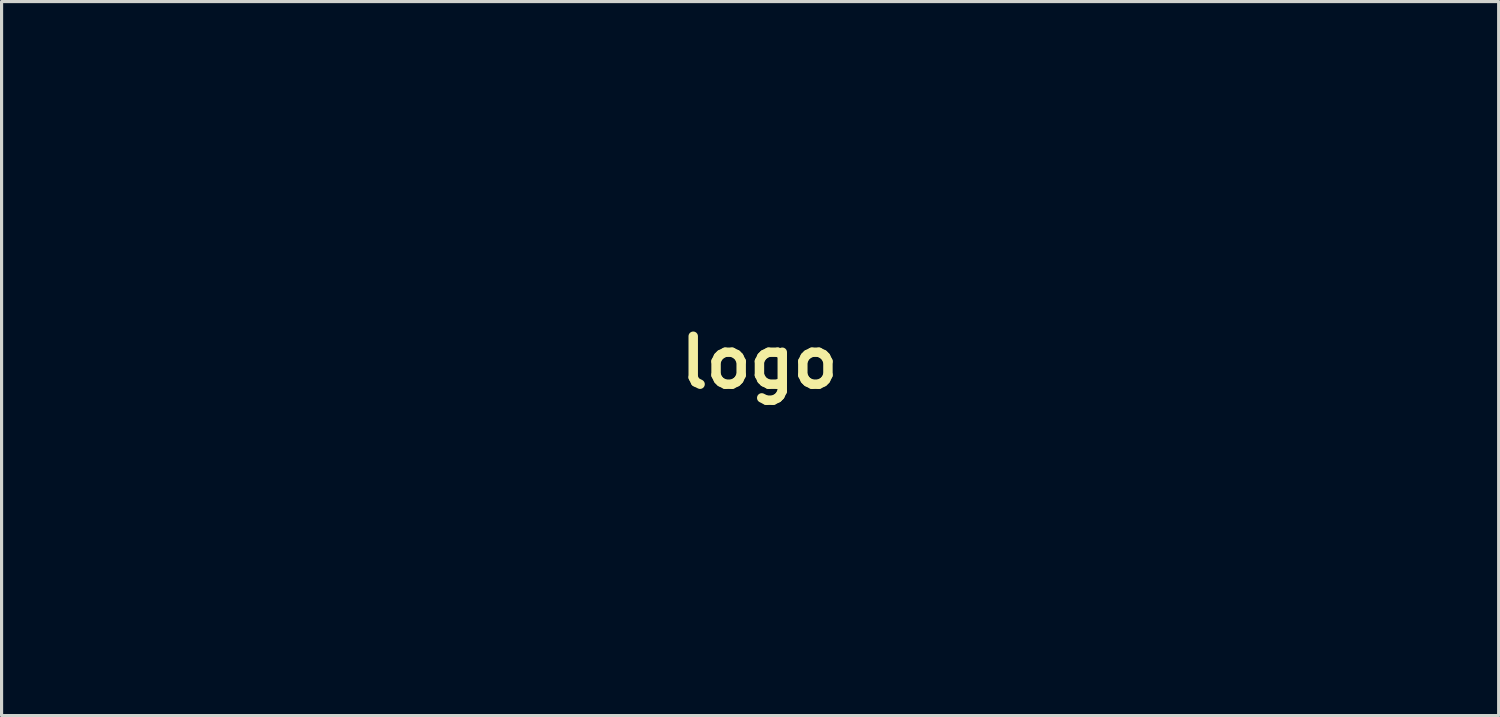
<source format=kicad_pcb>
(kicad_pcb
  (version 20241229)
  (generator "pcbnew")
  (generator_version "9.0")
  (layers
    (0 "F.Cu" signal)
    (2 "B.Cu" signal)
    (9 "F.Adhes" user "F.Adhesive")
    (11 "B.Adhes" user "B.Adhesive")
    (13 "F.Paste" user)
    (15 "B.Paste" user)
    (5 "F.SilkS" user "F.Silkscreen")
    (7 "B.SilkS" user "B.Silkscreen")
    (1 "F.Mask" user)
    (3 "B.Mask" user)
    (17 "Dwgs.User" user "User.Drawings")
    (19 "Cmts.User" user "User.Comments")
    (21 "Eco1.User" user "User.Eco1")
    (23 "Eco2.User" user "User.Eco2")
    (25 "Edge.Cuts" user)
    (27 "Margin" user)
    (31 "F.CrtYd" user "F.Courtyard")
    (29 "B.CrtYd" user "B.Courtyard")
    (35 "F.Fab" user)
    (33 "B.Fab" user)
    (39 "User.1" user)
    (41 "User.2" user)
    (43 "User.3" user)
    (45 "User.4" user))
  (footprint "logo"
    (layer "F.Cu")
    (at 21.088 8.472)
    (property "Reference" "logo" (at 0 0 0) (layer "F.SilkS") (effects (font (size 1.524 1.524) (thickness 0.3))))
    (attr through_hole)
    (fp_poly (pts (xy 11.938 -2.54) (xy 10.753 -2.54) (xy 10.753 -3.895) (xy 11.938 -3.895) (xy 11.938 -2.54)) (stroke (width 0.01) (type solid)) (fill no) (layer "Eco2.User"))
    (fp_poly (pts (xy 20.489 5.334) (xy 19.304 5.334) (xy 19.304 -3.895) (xy 20.489 -3.895) (xy 20.489 5.334)) (stroke (width 0.01) (type solid)) (fill no) (layer "Eco2.User"))
    (fp_poly (pts (xy 11.918 2.011) (xy 11.94 5.334) (xy 10.751 5.334) (xy 10.773 2.011) (xy 10.795 -1.312) (xy 11.896 -1.312) (xy 11.918 2.011)) (stroke (width 0.01) (type solid)) (fill no) (layer "Eco2.User"))
    (fp_poly (pts (xy 17.251 -1.462) (xy 17.526 -1.42) (xy 17.526 -0.87) (xy 17.523 -0.575) (xy 17.504 -0.415) (xy 17.456 -0.356) (xy 17.367 -0.363) (xy 17.335 -0.371) (xy 16.725 -0.473) (xy 16.175 -0.43) (xy 15.699 -0.248) (xy 15.313 0.072) (xy 15.303 0.083) (xy 15.157 0.263) (xy 15.042 0.439) (xy 14.953 0.633) (xy 14.886 0.867) (xy 14.838 1.165) (xy 14.804 1.549) (xy 14.781 2.041) (xy 14.764 2.664) (xy 14.754 3.196) (xy 14.717 5.334) (xy 13.631 5.334) (xy 13.631 -1.355) (xy 14.732 -1.355) (xy 14.732 -0.338) (xy 15.044 -0.683) (xy 15.294 -0.921) (xy 15.572 -1.13) (xy 15.691 -1.2) (xy 16.06 -1.338) (xy 16.508 -1.434) (xy 16.953 -1.476) (xy 17.251 -1.462)) (stroke (width 0.01) (type solid)) (fill no) (layer "Eco2.User"))
    (fp_poly (pts (xy 0.854 -1.323) (xy 1.039 -1.247) (xy 1.468 -0.987) (xy 1.793 -0.634) (xy 2.038 -0.159) (xy 2.125 0.09) (xy 2.173 0.262) (xy 2.211 0.446) (xy 2.24 0.664) (xy 2.26 0.94) (xy 2.273 1.296) (xy 2.281 1.755) (xy 2.285 2.341) (xy 2.286 2.971) (xy 2.286 5.334) (xy 1.197 5.334) (xy 1.17 2.942) (xy 1.162 2.24) (xy 1.153 1.685) (xy 1.141 1.258) (xy 1.127 0.936) (xy 1.106 0.698) (xy 1.079 0.524) (xy 1.043 0.392) (xy 0.997 0.28) (xy 0.957 0.203) (xy 0.722 -0.132) (xy 0.424 -0.346) (xy 0.024 -0.462) (xy -0.17 -0.486) (xy -0.728 -0.459) (xy -1.222 -0.284) (xy -1.633 0.027) (xy -1.94 0.457) (xy -2.11 0.931) (xy -2.135 1.125) (xy -2.158 1.458) (xy -2.176 1.901) (xy -2.19 2.425) (xy -2.198 3) (xy -2.199 3.323) (xy -2.201 5.334) (xy -3.302 5.334) (xy -3.302 -1.355) (xy -2.201 -1.355) (xy -2.201 -0.308) (xy -1.903 -0.657) (xy -1.465 -1.044) (xy -0.935 -1.312) (xy -0.349 -1.452) (xy 0.259 -1.458) (xy 0.854 -1.323)) (stroke (width 0.01) (type solid)) (fill no) (layer "Eco2.User"))
    (fp_poly (pts (xy 9.229 5.334) (xy 8.128 5.334) (xy 8.126 4.445) (xy 7.909 4.72) (xy 7.702 4.93) (xy 7.428 5.143) (xy 7.302 5.224) (xy 7.069 5.344) (xy 6.834 5.418) (xy 6.539 5.46) (xy 6.187 5.479) (xy 5.652 5.475) (xy 5.255 5.421) (xy 5.143 5.387) (xy 4.606 5.099) (xy 4.138 4.666) (xy 3.755 4.104) (xy 3.548 3.653) (xy 3.434 3.241) (xy 3.355 2.72) (xy 3.314 2.151) (xy 3.314 2.069) (xy 4.469 2.069) (xy 4.513 2.661) (xy 4.626 3.215) (xy 4.803 3.695) (xy 5.04 4.065) (xy 5.134 4.159) (xy 5.54 4.411) (xy 6.023 4.552) (xy 6.522 4.57) (xy 6.916 4.482) (xy 7.242 4.29) (xy 7.56 3.984) (xy 7.82 3.616) (xy 7.893 3.471) (xy 8.001 3.12) (xy 8.076 2.659) (xy 8.114 2.142) (xy 8.112 1.627) (xy 8.065 1.17) (xy 8.049 1.087) (xy 7.875 0.56) (xy 7.597 0.103) (xy 7.243 -0.244) (xy 7.109 -0.33) (xy 6.879 -0.44) (xy 6.652 -0.493) (xy 6.359 -0.502) (xy 6.186 -0.494) (xy 5.684 -0.413) (xy 5.291 -0.22) (xy 4.975 0.105) (xy 4.776 0.438) (xy 4.597 0.921) (xy 4.495 1.477) (xy 4.469 2.069) (xy 3.314 2.069) (xy 3.316 1.592) (xy 3.363 1.102) (xy 3.382 0.996) (xy 3.596 0.303) (xy 3.926 -0.308) (xy 4.354 -0.813) (xy 4.864 -1.19) (xy 5.061 -1.289) (xy 5.592 -1.442) (xy 6.166 -1.467) (xy 6.74 -1.374) (xy 7.271 -1.171) (xy 7.716 -0.867) (xy 7.831 -0.752) (xy 8.128 -0.423) (xy 8.128 -3.895) (xy 9.229 -3.895) (xy 9.229 5.334)) (stroke (width 0.01) (type solid)) (fill no) (layer "Eco2.User"))
    (fp_poly (pts (xy -7.073 -1.406) (xy -6.443 -1.238) (xy -5.911 -0.969) (xy -5.498 -0.603) (xy -5.492 -0.596) (xy -5.332 -0.382) (xy -5.204 -0.156) (xy -5.104 0.104) (xy -5.028 0.418) (xy -4.975 0.809) (xy -4.94 1.295) (xy -4.92 1.899) (xy -4.912 2.641) (xy -4.911 3.057) (xy -4.911 5.334) (xy -6.011 5.334) (xy -6.011 4.452) (xy -6.371 4.799) (xy -6.695 5.085) (xy -6.994 5.277) (xy -7.321 5.393) (xy -7.724 5.454) (xy -8.128 5.476) (xy -8.614 5.475) (xy -8.996 5.443) (xy -9.217 5.392) (xy -9.593 5.188) (xy -9.954 4.887) (xy -10.239 4.544) (xy -10.338 4.368) (xy -10.448 3.992) (xy -10.496 3.529) (xy -10.493 3.392) (xy -9.398 3.392) (xy -9.339 3.779) (xy -9.232 4.017) (xy -8.982 4.3) (xy -8.662 4.473) (xy -8.24 4.548) (xy -7.901 4.55) (xy -7.547 4.526) (xy -7.296 4.473) (xy -7.079 4.371) (xy -6.927 4.271) (xy -6.533 3.896) (xy -6.243 3.402) (xy -6.07 2.816) (xy -6.038 2.576) (xy -5.985 2.01) (xy -7.205 2.05) (xy -7.815 2.078) (xy -8.282 2.125) (xy -8.631 2.196) (xy -8.887 2.299) (xy -9.075 2.443) (xy -9.222 2.633) (xy -9.226 2.641) (xy -9.36 2.989) (xy -9.398 3.392) (xy -10.493 3.392) (xy -10.484 3.047) (xy -10.41 2.616) (xy -10.338 2.413) (xy -10.086 2.008) (xy -9.735 1.684) (xy -9.273 1.436) (xy -8.689 1.259) (xy -7.972 1.15) (xy -7.11 1.104) (xy -6.879 1.102) (xy -6.011 1.101) (xy -6.011 0.886) (xy -6.091 0.483) (xy -6.312 0.108) (xy -6.645 -0.205) (xy -7.061 -0.42) (xy -7.081 -0.427) (xy -7.381 -0.482) (xy -7.816 -0.498) (xy -8.162 -0.487) (xy -8.563 -0.456) (xy -8.902 -0.401) (xy -9.238 -0.31) (xy -9.631 -0.166) (xy -9.927 -0.044) (xy -10.01 -0.028) (xy -10.054 -0.089) (xy -10.073 -0.262) (xy -10.075 -0.485) (xy -10.067 -0.761) (xy -10.019 -0.944) (xy -9.902 -1.068) (xy -9.683 -1.163) (xy -9.331 -1.265) (xy -9.328 -1.266) (xy -8.537 -1.424) (xy -7.778 -1.469) (xy -7.073 -1.406)) (stroke (width 0.01) (type solid)) (fill no) (layer "Eco2.User"))
    (fp_poly (pts (xy -15.974 -8.429) (xy -15.846 -8.301) (xy -15.774 -8.059) (xy -15.749 -7.679) (xy -15.748 -7.585) (xy -15.743 -7.285) (xy -15.717 -7.105) (xy -15.651 -6.999) (xy -15.528 -6.918) (xy -15.494 -6.9) (xy -15.287 -6.746) (xy -15.078 -6.518) (xy -15.02 -6.437) (xy -14.884 -6.196) (xy -14.83 -5.968) (xy -14.835 -5.664) (xy -14.835 -5.656) (xy -14.866 -5.376) (xy -14.906 -5.154) (xy -14.93 -5.078) (xy -14.923 -4.992) (xy -14.81 -4.894) (xy -14.567 -4.768) (xy -14.422 -4.703) (xy -13.79 -4.342) (xy -13.208 -3.847) (xy -12.705 -3.252) (xy -12.309 -2.59) (xy -12.056 -1.916) (xy -12.027 -1.725) (xy -12.002 -1.397) (xy -11.98 -0.954) (xy -11.962 -0.416) (xy -11.948 0.194) (xy -11.938 0.857) (xy -11.932 1.55) (xy -11.93 2.252) (xy -11.932 2.942) (xy -11.938 3.598) (xy -11.947 4.2) (xy -11.961 4.725) (xy -11.98 5.154) (xy -12.002 5.463) (xy -12.028 5.633) (xy -12.04 5.656) (xy -12.184 5.71) (xy -12.473 5.745) (xy -12.884 5.757) (xy -13.627 5.757) (xy -13.674 8.17) (xy -14.004 8.197) (xy -14.266 8.187) (xy -14.405 8.113) (xy -14.431 7.99) (xy -14.453 7.733) (xy -14.469 7.378) (xy -14.476 6.96) (xy -14.477 6.879) (xy -14.478 5.757) (xy -17.865 5.757) (xy -17.865 6.851) (xy -17.868 7.274) (xy -17.879 7.643) (xy -17.895 7.921) (xy -17.914 8.071) (xy -17.916 8.079) (xy -18.024 8.16) (xy -18.226 8.208) (xy -18.451 8.217) (xy -18.624 8.178) (xy -18.655 8.156) (xy -18.675 8.055) (xy -18.693 7.818) (xy -18.705 7.475) (xy -18.711 7.061) (xy -18.711 6.929) (xy -18.711 5.757) (xy -21.083 5.757) (xy -21.08 4.998) (xy -19.312 4.998) (xy -14.097 4.953) (xy -14.097 1.82) (xy -14.098 0.928) (xy -14.103 0.187) (xy -14.114 -0.422) (xy -14.134 -0.915) (xy -14.164 -1.311) (xy -14.207 -1.629) (xy -14.264 -1.885) (xy -14.339 -2.1) (xy -14.434 -2.29) (xy -14.55 -2.473) (xy -14.638 -2.598) (xy -14.964 -2.945) (xy -15.368 -3.178) (xy -15.872 -3.306) (xy -16.435 -3.34) (xy -16.821 -3.331) (xy -17.106 -3.297) (xy -17.358 -3.225) (xy -17.644 -3.1) (xy -17.722 -3.062) (xy -18.29 -2.704) (xy -18.726 -2.245) (xy -19.049 -1.666) (xy -19.07 -1.615) (xy -19.121 -1.486) (xy -19.161 -1.357) (xy -19.194 -1.21) (xy -19.219 -1.026) (xy -19.239 -0.787) (xy -19.253 -0.473) (xy -19.264 -0.065) (xy -19.273 0.455) (xy -19.28 1.106) (xy -19.287 1.907) (xy -19.287 1.927) (xy -19.312 4.998) (xy -21.08 4.998) (xy -21.061 0.572) (xy -21.04 -4.614) (xy -19.346 -4.614) (xy -19.321 -4.178) (xy -19.296 -3.742) (xy -18.982 -4.034) (xy -18.752 -4.212) (xy -18.43 -4.417) (xy -18.077 -4.609) (xy -18.015 -4.64) (xy -17.681 -4.809) (xy -17.487 -4.934) (xy -17.412 -5.03) (xy -17.417 -5.08) (xy -17.454 -5.233) (xy -17.488 -5.487) (xy -17.503 -5.673) (xy -17.502 -5.695) (xy -16.764 -5.695) (xy -16.696 -5.478) (xy -16.527 -5.265) (xy -16.315 -5.116) (xy -16.171 -5.08) (xy -15.992 -5.138) (xy -15.798 -5.277) (xy -15.786 -5.288) (xy -15.612 -5.55) (xy -15.606 -5.814) (xy -15.763 -6.069) (xy -16.002 -6.222) (xy -16.268 -6.243) (xy -16.514 -6.15) (xy -16.695 -5.96) (xy -16.764 -5.695) (xy -17.502 -5.695) (xy -17.469 -6.14) (xy -17.296 -6.516) (xy -16.977 -6.815) (xy -16.89 -6.87) (xy -16.731 -6.972) (xy -16.642 -7.075) (xy -16.604 -7.231) (xy -16.595 -7.489) (xy -16.595 -7.592) (xy -16.576 -8) (xy -16.514 -8.266) (xy -16.396 -8.414) (xy -16.211 -8.466) (xy -16.171 -8.467) (xy -15.974 -8.429)) (stroke (width 0.01) (type solid)) (fill no) (layer "Eco2.User")))
  (gr_rect
    (start -3 -3)
    (end 44.583 19.694)
    (stroke (width 0.1) (type default))
    (fill no)
    (layer "Edge.Cuts")))
</source>
